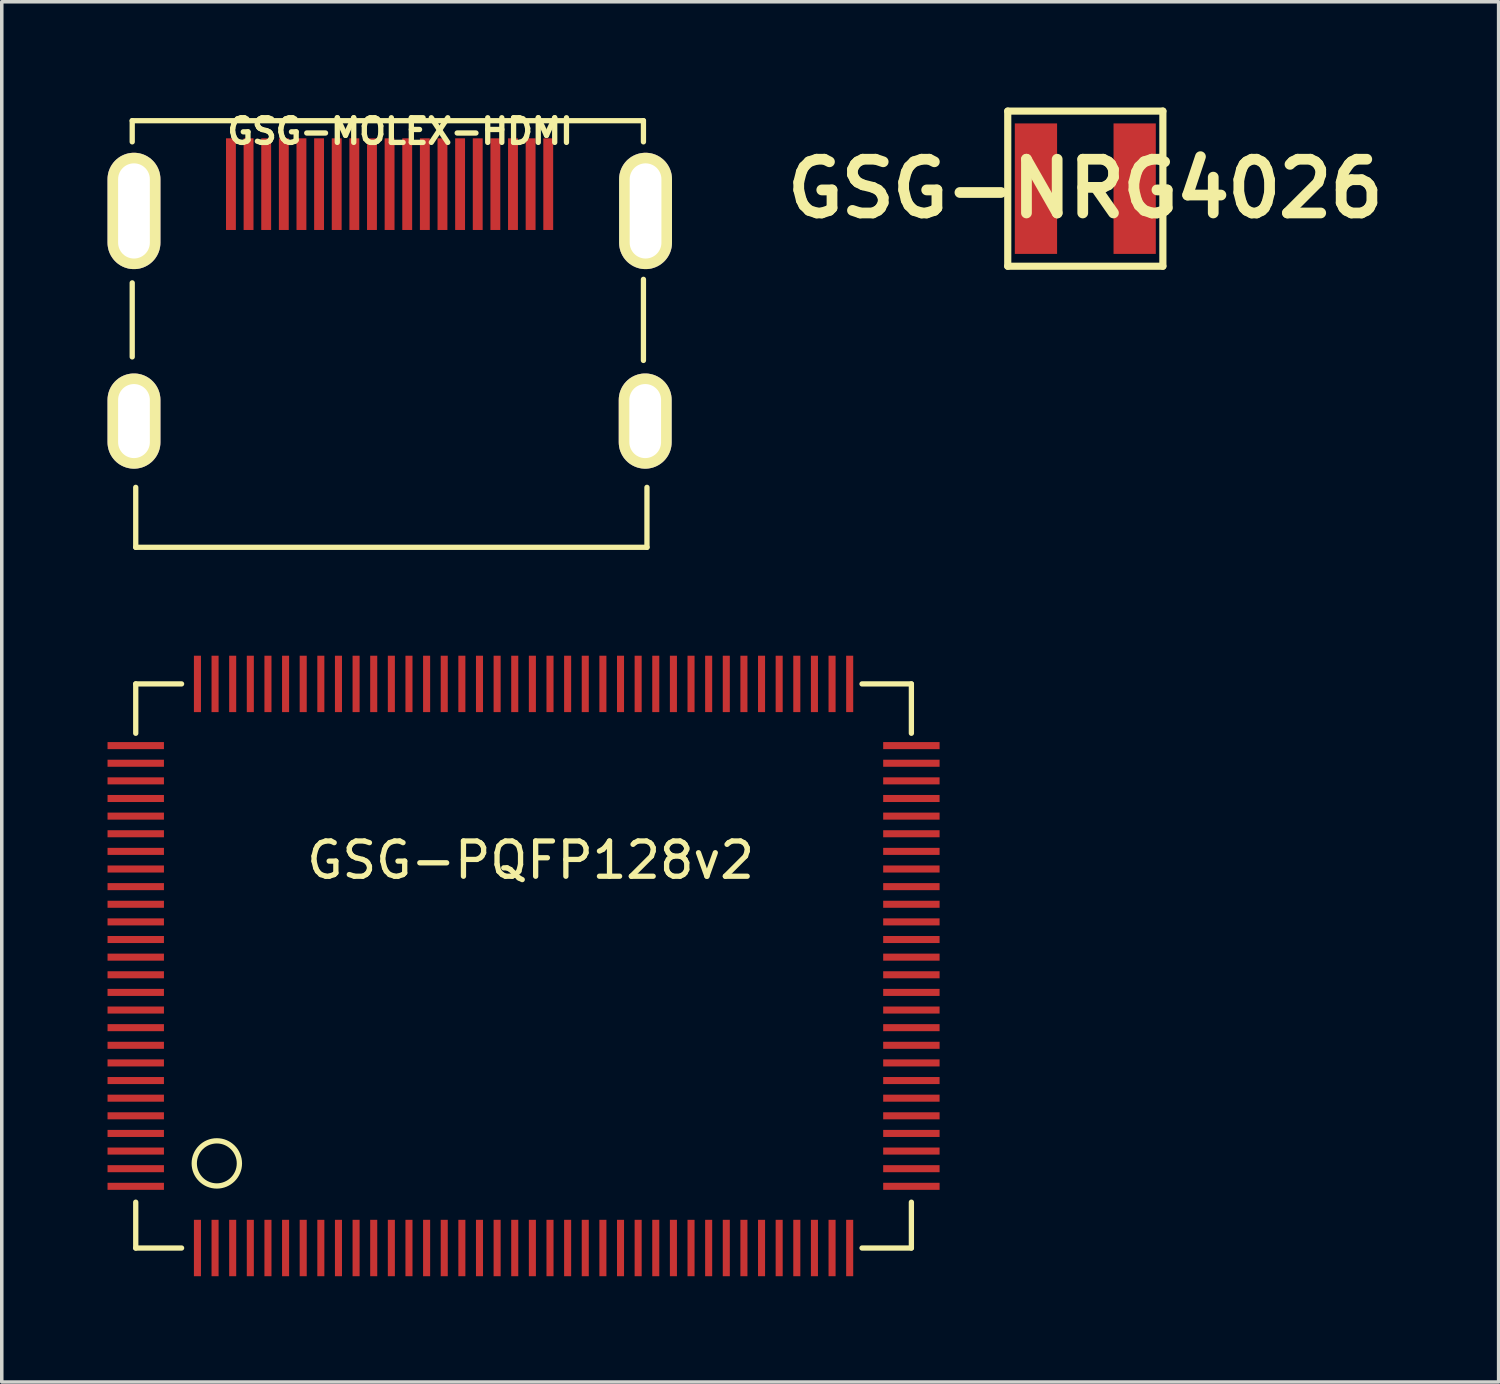
<source format=kicad_pcb>
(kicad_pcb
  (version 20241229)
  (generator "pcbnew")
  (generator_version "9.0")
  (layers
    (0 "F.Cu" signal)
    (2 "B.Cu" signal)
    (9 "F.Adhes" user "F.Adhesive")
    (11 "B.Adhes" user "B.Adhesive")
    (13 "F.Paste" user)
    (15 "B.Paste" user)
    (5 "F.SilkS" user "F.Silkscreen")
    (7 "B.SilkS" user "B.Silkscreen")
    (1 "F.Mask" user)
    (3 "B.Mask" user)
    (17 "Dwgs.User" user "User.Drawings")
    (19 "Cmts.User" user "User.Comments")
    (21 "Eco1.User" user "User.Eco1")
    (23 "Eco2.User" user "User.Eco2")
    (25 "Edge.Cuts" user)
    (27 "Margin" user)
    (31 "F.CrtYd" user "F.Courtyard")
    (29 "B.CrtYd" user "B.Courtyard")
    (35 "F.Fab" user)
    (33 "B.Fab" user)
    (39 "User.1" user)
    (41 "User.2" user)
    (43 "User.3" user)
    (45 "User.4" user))
  (footprint "GSG-NRG4026"
    (layer "F.Cu")
    (at 27.733 2.301)
    (property "Reference" "GSG-NRG4026" (at 0 0 0) (layer "F.SilkS") (effects (font (size 1.524 1.524) (thickness 0.305))))
    (attr through_hole)
    (fp_line (start -2.2 -2.2) (end 2.2 -2.2) (stroke (width 0.203) (type solid)) (layer "F.SilkS"))
    (fp_line (start -2.2 2.2) (end -2.2 -2.2) (stroke (width 0.203) (type solid)) (layer "F.SilkS"))
    (fp_line (start 2.2 -2.2) (end 2.2 2.2) (stroke (width 0.203) (type solid)) (layer "F.SilkS"))
    (fp_line (start 2.2 2.2) (end -2.2 2.2) (stroke (width 0.203) (type solid)) (layer "F.SilkS"))
    (pad "1" smd rect (at -1.4 0) (size 1.199 3.701) (layers "F.Cu" "F.Mask" "F.Paste"))
    (pad "2" smd rect (at 1.4 0) (size 1.199 3.701) (layers "F.Cu" "F.Mask" "F.Paste")))
  (footprint "GSG-MOLEX-HDMI"
    (layer "F.Cu")
    (at 8 2.173)
    (property "Reference" "GSG-MOLEX-HDMI" (at 0.3 -1.5 0) (layer "F.SilkS") (effects (font (size 0.7 0.7) (thickness 0.15))))
    (attr through_hole)
    (fp_line (start -7.3 -1.8) (end 7.2 -1.8) (stroke (width 0.15) (type solid)) (layer "F.SilkS"))
    (fp_line (start -7.3 -1.2) (end -7.3 -1.8) (stroke (width 0.15) (type solid)) (layer "F.SilkS"))
    (fp_line (start -7.3 4.9) (end -7.3 2.8) (stroke (width 0.15) (type solid)) (layer "F.SilkS"))
    (fp_line (start -7.2 10.3) (end -7.2 8.6) (stroke (width 0.15) (type solid)) (layer "F.SilkS"))
    (fp_line (start -7.2 10.3) (end 7.3 10.3) (stroke (width 0.15) (type solid)) (layer "F.SilkS"))
    (fp_line (start 7.2 -1.8) (end 7.2 -1.2) (stroke (width 0.15) (type solid)) (layer "F.SilkS"))
    (fp_line (start 7.2 5) (end 7.2 2.7) (stroke (width 0.15) (type solid)) (layer "F.SilkS"))
    (fp_line (start 7.3 10.3) (end 7.3 8.6) (stroke (width 0.15) (type solid)) (layer "F.SilkS"))
    (pad "1" smd rect (at 4.5 0) (size 0.28 2.6) (layers "F.Cu" "F.Mask" "F.Paste"))
    (pad "2" smd rect (at 4 0) (size 0.28 2.6) (layers "F.Cu" "F.Mask" "F.Paste"))
    (pad "3" smd rect (at 3.5 0) (size 0.28 2.6) (layers "F.Cu" "F.Mask" "F.Paste"))
    (pad "4" smd rect (at 3 0) (size 0.28 2.6) (layers "F.Cu" "F.Mask" "F.Paste"))
    (pad "5" smd rect (at 2.5 0) (size 0.28 2.6) (layers "F.Cu" "F.Mask" "F.Paste"))
    (pad "6" smd rect (at 2 0) (size 0.28 2.6) (layers "F.Cu" "F.Mask" "F.Paste"))
    (pad "7" smd rect (at 1.5 0) (size 0.28 2.6) (layers "F.Cu" "F.Mask" "F.Paste"))
    (pad "8" smd rect (at 1 0) (size 0.28 2.6) (layers "F.Cu" "F.Mask" "F.Paste"))
    (pad "9" smd rect (at 0.5 0) (size 0.28 2.6) (layers "F.Cu" "F.Mask" "F.Paste"))
    (pad "10" smd rect (at 0 0) (size 0.28 2.6) (layers "F.Cu" "F.Mask" "F.Paste"))
    (pad "11" smd rect (at -0.5 0) (size 0.28 2.6) (layers "F.Cu" "F.Mask" "F.Paste"))
    (pad "12" smd rect (at -1 0) (size 0.28 2.6) (layers "F.Cu" "F.Mask" "F.Paste"))
    (pad "13" smd rect (at -1.5 0) (size 0.28 2.6) (layers "F.Cu" "F.Mask" "F.Paste"))
    (pad "14" smd rect (at -2 0) (size 0.28 2.6) (layers "F.Cu" "F.Mask" "F.Paste"))
    (pad "15" smd rect (at -2.5 0) (size 0.28 2.6) (layers "F.Cu" "F.Mask" "F.Paste"))
    (pad "16" smd rect (at -3 0) (size 0.28 2.6) (layers "F.Cu" "F.Mask" "F.Paste"))
    (pad "17" smd rect (at -3.5 0) (size 0.28 2.6) (layers "F.Cu" "F.Mask" "F.Paste"))
    (pad "18" smd rect (at -4 0) (size 0.28 2.6) (layers "F.Cu" "F.Mask" "F.Paste"))
    (pad "19" smd rect (at -4.5 0) (size 0.28 2.6) (layers "F.Cu" "F.Mask" "F.Paste"))
    (pad "20" thru_hole oval (at -7.25 0.76) (size 1.5 3.3) (drill oval 0.9 2.7) (layers "*.Cu" "*.Mask" "F.SilkS"))
    (pad "20" thru_hole oval (at -7.25 6.72) (size 1.5 2.7) (drill oval 0.9 2.1) (layers "*.Cu" "*.Mask" "F.SilkS"))
    (pad "20" thru_hole oval (at 7.25 6.72) (size 1.5 2.7) (drill oval 0.9 2.1) (layers "*.Cu" "*.Mask" "F.SilkS"))
    (pad "20" thru_hole oval (at 7.26 0.76) (size 1.5 3.3) (drill oval 0.9 2.7) (layers "*.Cu" "*.Mask" "F.SilkS")))
  (footprint "GSG-PQFP128v2"
    (layer "F.Cu")
    (at 11.8 24.348)
    (property "Reference" "GSG-PQFP128v2" (at 0.2 -3 0) (layer "F.SilkS") (effects (font (size 1 1) (thickness 0.15))))
    (attr through_hole)
    (fp_line (start -11 -8) (end -11 -6.6) (stroke (width 0.15) (type solid)) (layer "F.SilkS"))
    (fp_line (start -11 8) (end -11 6.7) (stroke (width 0.15) (type solid)) (layer "F.SilkS"))
    (fp_line (start -9.7 -8) (end -11 -8) (stroke (width 0.15) (type solid)) (layer "F.SilkS"))
    (fp_line (start -9.7 8) (end -11 8) (stroke (width 0.15) (type solid)) (layer "F.SilkS"))
    (fp_line (start 9.6 -8) (end 11 -8) (stroke (width 0.15) (type solid)) (layer "F.SilkS"))
    (fp_line (start 11 -8) (end 11 -6.6) (stroke (width 0.15) (type solid)) (layer "F.SilkS"))
    (fp_line (start 11 6.7) (end 11 8) (stroke (width 0.15) (type solid)) (layer "F.SilkS"))
    (fp_line (start 11 8) (end 9.6 8) (stroke (width 0.15) (type solid)) (layer "F.SilkS"))
    (fp_circle (center -8.7 5.6) (end -9.1 6.1) (stroke (width 0.15) (type solid)) (fill no) (layer "F.SilkS"))
    (pad "1" smd rect (at -9.25 8) (size 0.2 1.6) (layers "F.Cu" "F.Mask" "F.Paste"))
    (pad "2" smd rect (at -8.75 8) (size 0.2 1.6) (layers "F.Cu" "F.Mask" "F.Paste"))
    (pad "3" smd rect (at -8.25 8) (size 0.2 1.6) (layers "F.Cu" "F.Mask" "F.Paste"))
    (pad "4" smd rect (at -7.75 8) (size 0.2 1.6) (layers "F.Cu" "F.Mask" "F.Paste"))
    (pad "5" smd rect (at -7.25 8) (size 0.2 1.6) (layers "F.Cu" "F.Mask" "F.Paste"))
    (pad "6" smd rect (at -6.75 8) (size 0.2 1.6) (layers "F.Cu" "F.Mask" "F.Paste"))
    (pad "7" smd rect (at -6.25 8) (size 0.2 1.6) (layers "F.Cu" "F.Mask" "F.Paste"))
    (pad "8" smd rect (at -5.75 8) (size 0.2 1.6) (layers "F.Cu" "F.Mask" "F.Paste"))
    (pad "9" smd rect (at -5.25 8) (size 0.2 1.6) (layers "F.Cu" "F.Mask" "F.Paste"))
    (pad "10" smd rect (at -4.75 8) (size 0.2 1.6) (layers "F.Cu" "F.Mask" "F.Paste"))
    (pad "11" smd rect (at -4.25 8) (size 0.2 1.6) (layers "F.Cu" "F.Mask" "F.Paste"))
    (pad "12" smd rect (at -3.75 8) (size 0.2 1.6) (layers "F.Cu" "F.Mask" "F.Paste"))
    (pad "13" smd rect (at -3.25 8) (size 0.2 1.6) (layers "F.Cu" "F.Mask" "F.Paste"))
    (pad "14" smd rect (at -2.75 8) (size 0.2 1.6) (layers "F.Cu" "F.Mask" "F.Paste"))
    (pad "15" smd rect (at -2.25 8) (size 0.2 1.6) (layers "F.Cu" "F.Mask" "F.Paste"))
    (pad "16" smd rect (at -1.75 8) (size 0.2 1.6) (layers "F.Cu" "F.Mask" "F.Paste"))
    (pad "17" smd rect (at -1.25 8) (size 0.2 1.6) (layers "F.Cu" "F.Mask" "F.Paste"))
    (pad "18" smd rect (at -0.75 8) (size 0.2 1.6) (layers "F.Cu" "F.Mask" "F.Paste"))
    (pad "19" smd rect (at -0.25 8) (size 0.2 1.6) (layers "F.Cu" "F.Mask" "F.Paste"))
    (pad "20" smd rect (at 0.25 8) (size 0.2 1.6) (layers "F.Cu" "F.Mask" "F.Paste"))
    (pad "21" smd rect (at 0.75 8) (size 0.2 1.6) (layers "F.Cu" "F.Mask" "F.Paste"))
    (pad "22" smd rect (at 1.25 8) (size 0.2 1.6) (layers "F.Cu" "F.Mask" "F.Paste"))
    (pad "23" smd rect (at 1.75 8) (size 0.2 1.6) (layers "F.Cu" "F.Mask" "F.Paste"))
    (pad "24" smd rect (at 2.25 8) (size 0.2 1.6) (layers "F.Cu" "F.Mask" "F.Paste"))
    (pad "25" smd rect (at 2.75 8) (size 0.2 1.6) (layers "F.Cu" "F.Mask" "F.Paste"))
    (pad "26" smd rect (at 3.25 8) (size 0.2 1.6) (layers "F.Cu" "F.Mask" "F.Paste"))
    (pad "27" smd rect (at 3.75 8) (size 0.2 1.6) (layers "F.Cu" "F.Mask" "F.Paste"))
    (pad "28" smd rect (at 4.25 8) (size 0.2 1.6) (layers "F.Cu" "F.Mask" "F.Paste"))
    (pad "29" smd rect (at 4.75 8) (size 0.2 1.6) (layers "F.Cu" "F.Mask" "F.Paste"))
    (pad "30" smd rect (at 5.25 8) (size 0.2 1.6) (layers "F.Cu" "F.Mask" "F.Paste"))
    (pad "31" smd rect (at 5.75 8) (size 0.2 1.6) (layers "F.Cu" "F.Mask" "F.Paste"))
    (pad "32" smd rect (at 6.25 8) (size 0.2 1.6) (layers "F.Cu" "F.Mask" "F.Paste"))
    (pad "33" smd rect (at 6.75 8) (size 0.2 1.6) (layers "F.Cu" "F.Mask" "F.Paste"))
    (pad "34" smd rect (at 7.25 8) (size 0.2 1.6) (layers "F.Cu" "F.Mask" "F.Paste"))
    (pad "35" smd rect (at 7.75 8) (size 0.2 1.6) (layers "F.Cu" "F.Mask" "F.Paste"))
    (pad "36" smd rect (at 8.25 8) (size 0.2 1.6) (layers "F.Cu" "F.Mask" "F.Paste"))
    (pad "37" smd rect (at 8.75 8) (size 0.2 1.6) (layers "F.Cu" "F.Mask" "F.Paste"))
    (pad "38" smd rect (at 9.25 8) (size 0.2 1.6) (layers "F.Cu" "F.Mask" "F.Paste"))
    (pad "39" smd rect (at 11 6.25) (size 1.6 0.2) (layers "F.Cu" "F.Mask" "F.Paste"))
    (pad "40" smd rect (at 11 5.75) (size 1.6 0.2) (layers "F.Cu" "F.Mask" "F.Paste"))
    (pad "41" smd rect (at 11 5.25) (size 1.6 0.2) (layers "F.Cu" "F.Mask" "F.Paste"))
    (pad "42" smd rect (at 11 4.75) (size 1.6 0.2) (layers "F.Cu" "F.Mask" "F.Paste"))
    (pad "43" smd rect (at 11 4.25) (size 1.6 0.2) (layers "F.Cu" "F.Mask" "F.Paste"))
    (pad "44" smd rect (at 11 3.75) (size 1.6 0.2) (layers "F.Cu" "F.Mask" "F.Paste"))
    (pad "45" smd rect (at 11 3.25) (size 1.6 0.2) (layers "F.Cu" "F.Mask" "F.Paste"))
    (pad "46" smd rect (at 11 2.75) (size 1.6 0.2) (layers "F.Cu" "F.Mask" "F.Paste"))
    (pad "47" smd rect (at 11 2.25) (size 1.6 0.2) (layers "F.Cu" "F.Mask" "F.Paste"))
    (pad "48" smd rect (at 11 1.75) (size 1.6 0.2) (layers "F.Cu" "F.Mask" "F.Paste"))
    (pad "49" smd rect (at 11 1.25) (size 1.6 0.2) (layers "F.Cu" "F.Mask" "F.Paste"))
    (pad "50" smd rect (at 11 0.75) (size 1.6 0.2) (layers "F.Cu" "F.Mask" "F.Paste"))
    (pad "51" smd rect (at 11 0.25) (size 1.6 0.2) (layers "F.Cu" "F.Mask" "F.Paste"))
    (pad "52" smd rect (at 11 -0.25) (size 1.6 0.2) (layers "F.Cu" "F.Mask" "F.Paste"))
    (pad "53" smd rect (at 11 -0.75) (size 1.6 0.2) (layers "F.Cu" "F.Mask" "F.Paste"))
    (pad "54" smd rect (at 11 -1.25) (size 1.6 0.2) (layers "F.Cu" "F.Mask" "F.Paste"))
    (pad "55" smd rect (at 11 -1.75) (size 1.6 0.2) (layers "F.Cu" "F.Mask" "F.Paste"))
    (pad "56" smd rect (at 11 -2.25) (size 1.6 0.2) (layers "F.Cu" "F.Mask" "F.Paste"))
    (pad "57" smd rect (at 11 -2.75) (size 1.6 0.2) (layers "F.Cu" "F.Mask" "F.Paste"))
    (pad "58" smd rect (at 11 -3.25) (size 1.6 0.2) (layers "F.Cu" "F.Mask" "F.Paste"))
    (pad "59" smd rect (at 11 -3.75) (size 1.6 0.2) (layers "F.Cu" "F.Mask" "F.Paste"))
    (pad "60" smd rect (at 11 -4.25) (size 1.6 0.2) (layers "F.Cu" "F.Mask" "F.Paste"))
    (pad "61" smd rect (at 11 -4.75) (size 1.6 0.2) (layers "F.Cu" "F.Mask" "F.Paste"))
    (pad "62" smd rect (at 11 -5.25) (size 1.6 0.2) (layers "F.Cu" "F.Mask" "F.Paste"))
    (pad "63" smd rect (at 11 -5.75) (size 1.6 0.2) (layers "F.Cu" "F.Mask" "F.Paste"))
    (pad "64" smd rect (at 11 -6.25) (size 1.6 0.2) (layers "F.Cu" "F.Mask" "F.Paste"))
    (pad "65" smd rect (at 9.25 -8) (size 0.2 1.6) (layers "F.Cu" "F.Mask" "F.Paste"))
    (pad "66" smd rect (at 8.75 -8) (size 0.2 1.6) (layers "F.Cu" "F.Mask" "F.Paste"))
    (pad "67" smd rect (at 8.25 -8) (size 0.2 1.6) (layers "F.Cu" "F.Mask" "F.Paste"))
    (pad "68" smd rect (at 7.75 -8) (size 0.2 1.6) (layers "F.Cu" "F.Mask" "F.Paste"))
    (pad "69" smd rect (at 7.25 -8) (size 0.2 1.6) (layers "F.Cu" "F.Mask" "F.Paste"))
    (pad "70" smd rect (at 6.75 -8) (size 0.2 1.6) (layers "F.Cu" "F.Mask" "F.Paste"))
    (pad "71" smd rect (at 6.25 -8) (size 0.2 1.6) (layers "F.Cu" "F.Mask" "F.Paste"))
    (pad "72" smd rect (at 5.75 -8) (size 0.2 1.6) (layers "F.Cu" "F.Mask" "F.Paste"))
    (pad "73" smd rect (at 5.25 -8) (size 0.2 1.6) (layers "F.Cu" "F.Mask" "F.Paste"))
    (pad "74" smd rect (at 4.75 -8) (size 0.2 1.6) (layers "F.Cu" "F.Mask" "F.Paste"))
    (pad "75" smd rect (at 4.25 -8) (size 0.2 1.6) (layers "F.Cu" "F.Mask" "F.Paste"))
    (pad "76" smd rect (at 3.75 -8) (size 0.2 1.6) (layers "F.Cu" "F.Mask" "F.Paste"))
    (pad "77" smd rect (at 3.25 -8) (size 0.2 1.6) (layers "F.Cu" "F.Mask" "F.Paste"))
    (pad "78" smd rect (at 2.75 -8) (size 0.2 1.6) (layers "F.Cu" "F.Mask" "F.Paste"))
    (pad "79" smd rect (at 2.25 -8) (size 0.2 1.6) (layers "F.Cu" "F.Mask" "F.Paste"))
    (pad "80" smd rect (at 1.75 -8) (size 0.2 1.6) (layers "F.Cu" "F.Mask" "F.Paste"))
    (pad "81" smd rect (at 1.25 -8) (size 0.2 1.6) (layers "F.Cu" "F.Mask" "F.Paste"))
    (pad "82" smd rect (at 0.75 -8) (size 0.2 1.6) (layers "F.Cu" "F.Mask" "F.Paste"))
    (pad "83" smd rect (at 0.25 -8) (size 0.2 1.6) (layers "F.Cu" "F.Mask" "F.Paste"))
    (pad "84" smd rect (at -0.25 -8) (size 0.2 1.6) (layers "F.Cu" "F.Mask" "F.Paste"))
    (pad "85" smd rect (at -0.75 -8) (size 0.2 1.6) (layers "F.Cu" "F.Mask" "F.Paste"))
    (pad "86" smd rect (at -1.25 -8) (size 0.2 1.6) (layers "F.Cu" "F.Mask" "F.Paste"))
    (pad "87" smd rect (at -1.75 -8) (size 0.2 1.6) (layers "F.Cu" "F.Mask" "F.Paste"))
    (pad "88" smd rect (at -2.25 -8) (size 0.2 1.6) (layers "F.Cu" "F.Mask" "F.Paste"))
    (pad "89" smd rect (at -2.75 -8) (size 0.2 1.6) (layers "F.Cu" "F.Mask" "F.Paste"))
    (pad "90" smd rect (at -3.25 -8) (size 0.2 1.6) (layers "F.Cu" "F.Mask" "F.Paste"))
    (pad "91" smd rect (at -3.75 -8) (size 0.2 1.6) (layers "F.Cu" "F.Mask" "F.Paste"))
    (pad "92" smd rect (at -4.25 -8) (size 0.2 1.6) (layers "F.Cu" "F.Mask" "F.Paste"))
    (pad "93" smd rect (at -4.75 -8) (size 0.2 1.6) (layers "F.Cu" "F.Mask" "F.Paste"))
    (pad "94" smd rect (at -5.25 -8) (size 0.2 1.6) (layers "F.Cu" "F.Mask" "F.Paste"))
    (pad "95" smd rect (at -5.75 -8) (size 0.2 1.6) (layers "F.Cu" "F.Mask" "F.Paste"))
    (pad "96" smd rect (at -6.25 -8) (size 0.2 1.6) (layers "F.Cu" "F.Mask" "F.Paste"))
    (pad "97" smd rect (at -6.75 -8) (size 0.2 1.6) (layers "F.Cu" "F.Mask" "F.Paste"))
    (pad "98" smd rect (at -7.25 -8) (size 0.2 1.6) (layers "F.Cu" "F.Mask" "F.Paste"))
    (pad "99" smd rect (at -7.75 -8) (size 0.2 1.6) (layers "F.Cu" "F.Mask" "F.Paste"))
    (pad "100" smd rect (at -8.25 -8) (size 0.2 1.6) (layers "F.Cu" "F.Mask" "F.Paste"))
    (pad "101" smd rect (at -8.75 -8) (size 0.2 1.6) (layers "F.Cu" "F.Mask" "F.Paste"))
    (pad "102" smd rect (at -9.25 -8) (size 0.2 1.6) (layers "F.Cu" "F.Mask" "F.Paste"))
    (pad "103" smd rect (at -11 -6.25) (size 1.6 0.2) (layers "F.Cu" "F.Mask" "F.Paste"))
    (pad "104" smd rect (at -11 -5.75) (size 1.6 0.2) (layers "F.Cu" "F.Mask" "F.Paste"))
    (pad "105" smd rect (at -11 -5.25) (size 1.6 0.2) (layers "F.Cu" "F.Mask" "F.Paste"))
    (pad "106" smd rect (at -11 -4.75) (size 1.6 0.2) (layers "F.Cu" "F.Mask" "F.Paste"))
    (pad "107" smd rect (at -11 -4.25) (size 1.6 0.2) (layers "F.Cu" "F.Mask" "F.Paste"))
    (pad "108" smd rect (at -11 -3.75) (size 1.6 0.2) (layers "F.Cu" "F.Mask" "F.Paste"))
    (pad "109" smd rect (at -11 -3.25) (size 1.6 0.2) (layers "F.Cu" "F.Mask" "F.Paste"))
    (pad "110" smd rect (at -11 -2.75) (size 1.6 0.2) (layers "F.Cu" "F.Mask" "F.Paste"))
    (pad "111" smd rect (at -11 -2.25) (size 1.6 0.2) (layers "F.Cu" "F.Mask" "F.Paste"))
    (pad "112" smd rect (at -11 -1.75) (size 1.6 0.2) (layers "F.Cu" "F.Mask" "F.Paste"))
    (pad "113" smd rect (at -11 -1.25) (size 1.6 0.2) (layers "F.Cu" "F.Mask" "F.Paste"))
    (pad "114" smd rect (at -11 -0.75) (size 1.6 0.2) (layers "F.Cu" "F.Mask" "F.Paste"))
    (pad "115" smd rect (at -11 -0.25) (size 1.6 0.2) (layers "F.Cu" "F.Mask" "F.Paste"))
    (pad "116" smd rect (at -11 0.25) (size 1.6 0.2) (layers "F.Cu" "F.Mask" "F.Paste"))
    (pad "117" smd rect (at -11 0.75) (size 1.6 0.2) (layers "F.Cu" "F.Mask" "F.Paste"))
    (pad "118" smd rect (at -11 1.25) (size 1.6 0.2) (layers "F.Cu" "F.Mask" "F.Paste"))
    (pad "119" smd rect (at -11 1.75) (size 1.6 0.2) (layers "F.Cu" "F.Mask" "F.Paste"))
    (pad "120" smd rect (at -11 2.25) (size 1.6 0.2) (layers "F.Cu" "F.Mask" "F.Paste"))
    (pad "121" smd rect (at -11 2.75) (size 1.6 0.2) (layers "F.Cu" "F.Mask" "F.Paste"))
    (pad "122" smd rect (at -11 3.25) (size 1.6 0.2) (layers "F.Cu" "F.Mask" "F.Paste"))
    (pad "123" smd rect (at -11 3.75) (size 1.6 0.2) (layers "F.Cu" "F.Mask" "F.Paste"))
    (pad "124" smd rect (at -11 4.25) (size 1.6 0.2) (layers "F.Cu" "F.Mask" "F.Paste"))
    (pad "125" smd rect (at -11 4.75) (size 1.6 0.2) (layers "F.Cu" "F.Mask" "F.Paste"))
    (pad "126" smd rect (at -11 5.25) (size 1.6 0.2) (layers "F.Cu" "F.Mask" "F.Paste"))
    (pad "127" smd rect (at -11 5.75) (size 1.6 0.2) (layers "F.Cu" "F.Mask" "F.Paste"))
    (pad "128" smd rect (at -11 6.25) (size 1.6 0.2) (layers "F.Cu" "F.Mask" "F.Paste")))
  (gr_rect
    (start -3 -3)
    (end 39.456 36.148)
    (stroke (width 0.1) (type default))
    (fill no)
    (layer "Edge.Cuts")))
</source>
